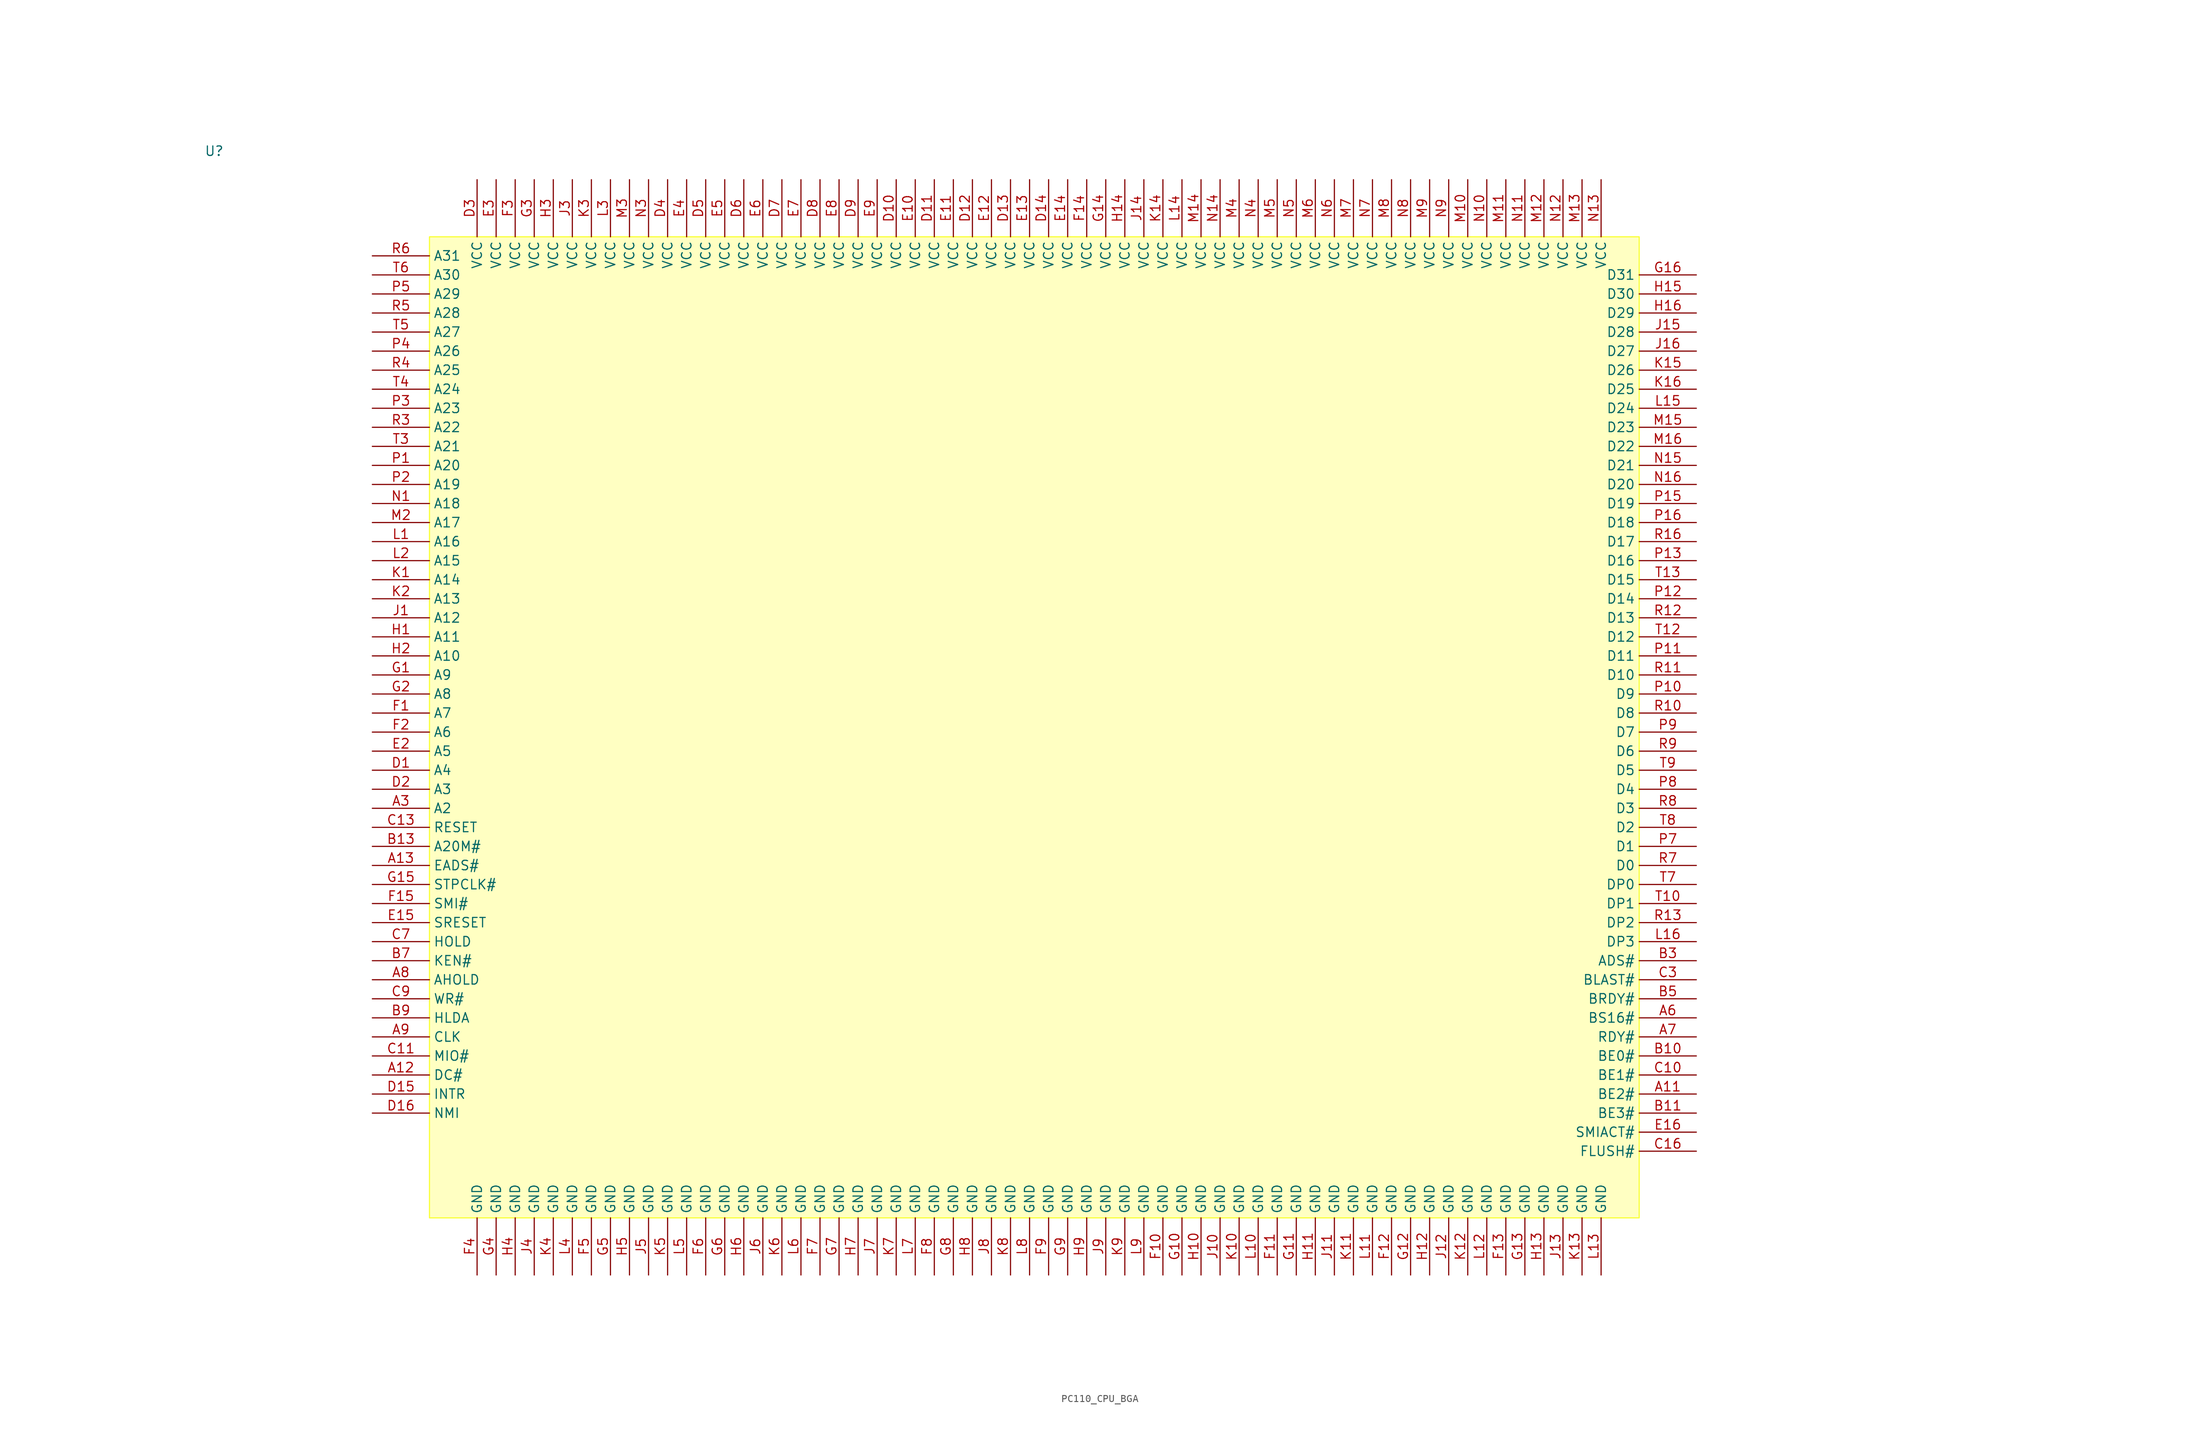
<source format=kicad_sym>
(kicad_symbol_lib
  (version 20241209)
  (generator "kicad_symbol_editor")
  (generator_version "9.0")
  (symbol "PC110_CPU_BGA"
    (property "Reference" "U"
      (at -41.402 100.33 0)
      (effects (font (size 1.27 1.27))))
    (property "Value" ""
      (at 0 0 0)
      (effects (font (size 1.27 1.27))))
    (symbol "PC110_CPU_BGA_1_1"
      (rectangle (start -12.7 88.9) (end 148.59 -41.91) (stroke (width 0) (type solid) (color 249 255 54 1)) (fill (type background)))
      (pin input line (at -20.32 86.36 0) (length 7.62) (name "A31" (effects (font (size 1.27 1.27)))) (number "R6" (effects (font (size 1.27 1.27)))))
      (pin input line (at -20.32 83.82 0) (length 7.62) (name "A30" (effects (font (size 1.27 1.27)))) (number "T6" (effects (font (size 1.27 1.27)))))
      (pin input line (at -20.32 81.28 0) (length 7.62) (name "A29" (effects (font (size 1.27 1.27)))) (number "P5" (effects (font (size 1.27 1.27)))))
      (pin input line (at -20.32 78.74 0) (length 7.62) (name "A28" (effects (font (size 1.27 1.27)))) (number "R5" (effects (font (size 1.27 1.27)))))
      (pin input line (at -20.32 76.2 0) (length 7.62) (name "A27" (effects (font (size 1.27 1.27)))) (number "T5" (effects (font (size 1.27 1.27)))))
      (pin input line (at -20.32 73.66 0) (length 7.62) (name "A26" (effects (font (size 1.27 1.27)))) (number "P4" (effects (font (size 1.27 1.27)))))
      (pin input line (at -20.32 71.12 0) (length 7.62) (name "A25" (effects (font (size 1.27 1.27)))) (number "R4" (effects (font (size 1.27 1.27)))))
      (pin input line (at -20.32 68.58 0) (length 7.62) (name "A24" (effects (font (size 1.27 1.27)))) (number "T4" (effects (font (size 1.27 1.27)))))
      (pin input line (at -20.32 66.04 0) (length 7.62) (name "A23" (effects (font (size 1.27 1.27)))) (number "P3" (effects (font (size 1.27 1.27)))))
      (pin input line (at -20.32 63.5 0) (length 7.62) (name "A22" (effects (font (size 1.27 1.27)))) (number "R3" (effects (font (size 1.27 1.27)))))
      (pin input line (at -20.32 60.96 0) (length 7.62) (name "A21" (effects (font (size 1.27 1.27)))) (number "T3" (effects (font (size 1.27 1.27)))))
      (pin input line (at -20.32 58.42 0) (length 7.62) (name "A20" (effects (font (size 1.27 1.27)))) (number "P1" (effects (font (size 1.27 1.27)))))
      (pin input line (at -20.32 55.88 0) (length 7.62) (name "A19" (effects (font (size 1.27 1.27)))) (number "P2" (effects (font (size 1.27 1.27)))))
      (pin input line (at -20.32 53.34 0) (length 7.62) (name "A18" (effects (font (size 1.27 1.27)))) (number "N1" (effects (font (size 1.27 1.27)))))
      (pin input line (at -20.32 50.8 0) (length 7.62) (name "A17" (effects (font (size 1.27 1.27)))) (number "M2" (effects (font (size 1.27 1.27)))))
      (pin input line (at -20.32 48.26 0) (length 7.62) (name "A16" (effects (font (size 1.27 1.27)))) (number "L1" (effects (font (size 1.27 1.27)))))
      (pin input line (at -20.32 45.72 0) (length 7.62) (name "A15" (effects (font (size 1.27 1.27)))) (number "L2" (effects (font (size 1.27 1.27)))))
      (pin input line (at -20.32 43.18 0) (length 7.62) (name "A14" (effects (font (size 1.27 1.27)))) (number "K1" (effects (font (size 1.27 1.27)))))
      (pin input line (at -20.32 40.64 0) (length 7.62) (name "A13" (effects (font (size 1.27 1.27)))) (number "K2" (effects (font (size 1.27 1.27)))))
      (pin input line (at -20.32 38.1 0) (length 7.62) (name "A12" (effects (font (size 1.27 1.27)))) (number "J1" (effects (font (size 1.27 1.27)))))
      (pin input line (at -20.32 35.56 0) (length 7.62) (name "A11" (effects (font (size 1.27 1.27)))) (number "H1" (effects (font (size 1.27 1.27)))))
      (pin input line (at -20.32 33.02 0) (length 7.62) (name "A10" (effects (font (size 1.27 1.27)))) (number "H2" (effects (font (size 1.27 1.27)))))
      (pin input line (at -20.32 30.48 0) (length 7.62) (name "A9" (effects (font (size 1.27 1.27)))) (number "G1" (effects (font (size 1.27 1.27)))))
      (pin input line (at -20.32 27.94 0) (length 7.62) (name "A8" (effects (font (size 1.27 1.27)))) (number "G2" (effects (font (size 1.27 1.27)))))
      (pin input line (at -20.32 25.4 0) (length 7.62) (name "A7" (effects (font (size 1.27 1.27)))) (number "F1" (effects (font (size 1.27 1.27)))))
      (pin input line (at -20.32 22.86 0) (length 7.62) (name "A6" (effects (font (size 1.27 1.27)))) (number "F2" (effects (font (size 1.27 1.27)))))
      (pin input line (at -20.32 20.32 0) (length 7.62) (name "A5" (effects (font (size 1.27 1.27)))) (number "E2" (effects (font (size 1.27 1.27)))))
      (pin input line (at -20.32 17.78 0) (length 7.62) (name "A4" (effects (font (size 1.27 1.27)))) (number "D1" (effects (font (size 1.27 1.27)))))
      (pin input line (at -20.32 15.24 0) (length 7.62) (name "A3" (effects (font (size 1.27 1.27)))) (number "D2" (effects (font (size 1.27 1.27)))))
      (pin input line (at -20.32 12.7 0) (length 7.62) (name "A2" (effects (font (size 1.27 1.27)))) (number "A3" (effects (font (size 1.27 1.27)))))
      (pin input line (at -20.32 10.16 0) (length 7.62) (name "RESET" (effects (font (size 1.27 1.27)))) (number "C13" (effects (font (size 1.27 1.27)))))
      (pin input line (at -20.32 7.62 0) (length 7.62) (name "A20M#" (effects (font (size 1.27 1.27)))) (number "B13" (effects (font (size 1.27 1.27)))))
      (pin input line (at -20.32 5.08 0) (length 7.62) (name "EADS#" (effects (font (size 1.27 1.27)))) (number "A13" (effects (font (size 1.27 1.27)))))
      (pin input line (at -20.32 2.54 0) (length 7.62) (name "STPCLK#" (effects (font (size 1.27 1.27)))) (number "G15" (effects (font (size 1.27 1.27)))))
      (pin input line (at -20.32 0 0) (length 7.62) (name "SMI#" (effects (font (size 1.27 1.27)))) (number "F15" (effects (font (size 1.27 1.27)))))
      (pin input line (at -20.32 -2.54 0) (length 7.62) (name "SRESET" (effects (font (size 1.27 1.27)))) (number "E15" (effects (font (size 1.27 1.27)))))
      (pin input line (at -20.32 -5.08 0) (length 7.62) (name "HOLD" (effects (font (size 1.27 1.27)))) (number "C7" (effects (font (size 1.27 1.27)))))
      (pin input line (at -20.32 -7.62 0) (length 7.62) (name "KEN#" (effects (font (size 1.27 1.27)))) (number "B7" (effects (font (size 1.27 1.27)))))
      (pin input line (at -20.32 -10.16 0) (length 7.62) (name "AHOLD" (effects (font (size 1.27 1.27)))) (number "A8" (effects (font (size 1.27 1.27)))))
      (pin input line (at -20.32 -12.7 0) (length 7.62) (name "WR#" (effects (font (size 1.27 1.27)))) (number "C9" (effects (font (size 1.27 1.27)))))
      (pin input line (at -20.32 -15.24 0) (length 7.62) (name "HLDA" (effects (font (size 1.27 1.27)))) (number "B9" (effects (font (size 1.27 1.27)))))
      (pin input line (at -20.32 -17.78 0) (length 7.62) (name "CLK" (effects (font (size 1.27 1.27)))) (number "A9" (effects (font (size 1.27 1.27)))))
      (pin input line (at -20.32 -20.32 0) (length 7.62) (name "MIO#" (effects (font (size 1.27 1.27)))) (number "C11" (effects (font (size 1.27 1.27)))))
      (pin input line (at -20.32 -22.86 0) (length 7.62) (name "DC#" (effects (font (size 1.27 1.27)))) (number "A12" (effects (font (size 1.27 1.27)))))
      (pin input line (at -20.32 -25.4 0) (length 7.62) (name "INTR" (effects (font (size 1.27 1.27)))) (number "D15" (effects (font (size 1.27 1.27)))))
      (pin input line (at -20.32 -27.94 0) (length 7.62) (name "NMI" (effects (font (size 1.27 1.27)))) (number "D16" (effects (font (size 1.27 1.27)))))
      (pin input line (at -6.35 96.52 270) (length 7.62) (name "VCC" (effects (font (size 1.27 1.27)))) (number "D3" (effects (font (size 1.27 1.27)))))
      (pin input line (at -6.35 -49.53 90) (length 7.62) (name "GND" (effects (font (size 1.27 1.27)))) (number "F4" (effects (font (size 1.27 1.27)))))
      (pin input line (at -3.81 96.52 270) (length 7.62) (name "VCC" (effects (font (size 1.27 1.27)))) (number "E3" (effects (font (size 1.27 1.27)))))
      (pin input line (at -3.81 -49.53 90) (length 7.62) (name "GND" (effects (font (size 1.27 1.27)))) (number "G4" (effects (font (size 1.27 1.27)))))
      (pin input line (at -1.27 96.52 270) (length 7.62) (name "VCC" (effects (font (size 1.27 1.27)))) (number "F3" (effects (font (size 1.27 1.27)))))
      (pin input line (at -1.27 -49.53 90) (length 7.62) (name "GND" (effects (font (size 1.27 1.27)))) (number "H4" (effects (font (size 1.27 1.27)))))
      (pin input line (at 1.27 96.52 270) (length 7.62) (name "VCC" (effects (font (size 1.27 1.27)))) (number "G3" (effects (font (size 1.27 1.27)))))
      (pin input line (at 1.27 -49.53 90) (length 7.62) (name "GND" (effects (font (size 1.27 1.27)))) (number "J4" (effects (font (size 1.27 1.27)))))
      (pin input line (at 3.81 96.52 270) (length 7.62) (name "VCC" (effects (font (size 1.27 1.27)))) (number "H3" (effects (font (size 1.27 1.27)))))
      (pin input line (at 3.81 -49.53 90) (length 7.62) (name "GND" (effects (font (size 1.27 1.27)))) (number "K4" (effects (font (size 1.27 1.27)))))
      (pin input line (at 6.35 96.52 270) (length 7.62) (name "VCC" (effects (font (size 1.27 1.27)))) (number "J3" (effects (font (size 1.27 1.27)))))
      (pin input line (at 6.35 -49.53 90) (length 7.62) (name "GND" (effects (font (size 1.27 1.27)))) (number "L4" (effects (font (size 1.27 1.27)))))
      (pin input line (at 8.89 96.52 270) (length 7.62) (name "VCC" (effects (font (size 1.27 1.27)))) (number "K3" (effects (font (size 1.27 1.27)))))
      (pin input line (at 8.89 -49.53 90) (length 7.62) (name "GND" (effects (font (size 1.27 1.27)))) (number "F5" (effects (font (size 1.27 1.27)))))
      (pin input line (at 11.43 96.52 270) (length 7.62) (name "VCC" (effects (font (size 1.27 1.27)))) (number "L3" (effects (font (size 1.27 1.27)))))
      (pin input line (at 11.43 -49.53 90) (length 7.62) (name "GND" (effects (font (size 1.27 1.27)))) (number "G5" (effects (font (size 1.27 1.27)))))
      (pin input line (at 13.97 96.52 270) (length 7.62) (name "VCC" (effects (font (size 1.27 1.27)))) (number "M3" (effects (font (size 1.27 1.27)))))
      (pin input line (at 13.97 -49.53 90) (length 7.62) (name "GND" (effects (font (size 1.27 1.27)))) (number "H5" (effects (font (size 1.27 1.27)))))
      (pin input line (at 16.51 96.52 270) (length 7.62) (name "VCC" (effects (font (size 1.27 1.27)))) (number "N3" (effects (font (size 1.27 1.27)))))
      (pin input line (at 16.51 -49.53 90) (length 7.62) (name "GND" (effects (font (size 1.27 1.27)))) (number "J5" (effects (font (size 1.27 1.27)))))
      (pin input line (at 19.05 96.52 270) (length 7.62) (name "VCC" (effects (font (size 1.27 1.27)))) (number "D4" (effects (font (size 1.27 1.27)))))
      (pin input line (at 19.05 -49.53 90) (length 7.62) (name "GND" (effects (font (size 1.27 1.27)))) (number "K5" (effects (font (size 1.27 1.27)))))
      (pin input line (at 21.59 96.52 270) (length 7.62) (name "VCC" (effects (font (size 1.27 1.27)))) (number "E4" (effects (font (size 1.27 1.27)))))
      (pin input line (at 21.59 -49.53 90) (length 7.62) (name "GND" (effects (font (size 1.27 1.27)))) (number "L5" (effects (font (size 1.27 1.27)))))
      (pin input line (at 24.13 96.52 270) (length 7.62) (name "VCC" (effects (font (size 1.27 1.27)))) (number "D5" (effects (font (size 1.27 1.27)))))
      (pin input line (at 24.13 -49.53 90) (length 7.62) (name "GND" (effects (font (size 1.27 1.27)))) (number "F6" (effects (font (size 1.27 1.27)))))
      (pin input line (at 26.67 96.52 270) (length 7.62) (name "VCC" (effects (font (size 1.27 1.27)))) (number "E5" (effects (font (size 1.27 1.27)))))
      (pin input line (at 26.67 -49.53 90) (length 7.62) (name "GND" (effects (font (size 1.27 1.27)))) (number "G6" (effects (font (size 1.27 1.27)))))
      (pin input line (at 29.21 96.52 270) (length 7.62) (name "VCC" (effects (font (size 1.27 1.27)))) (number "D6" (effects (font (size 1.27 1.27)))))
      (pin input line (at 29.21 -49.53 90) (length 7.62) (name "GND" (effects (font (size 1.27 1.27)))) (number "H6" (effects (font (size 1.27 1.27)))))
      (pin input line (at 31.75 96.52 270) (length 7.62) (name "VCC" (effects (font (size 1.27 1.27)))) (number "E6" (effects (font (size 1.27 1.27)))))
      (pin input line (at 31.75 -49.53 90) (length 7.62) (name "GND" (effects (font (size 1.27 1.27)))) (number "J6" (effects (font (size 1.27 1.27)))))
      (pin input line (at 34.29 96.52 270) (length 7.62) (name "VCC" (effects (font (size 1.27 1.27)))) (number "D7" (effects (font (size 1.27 1.27)))))
      (pin input line (at 34.29 -49.53 90) (length 7.62) (name "GND" (effects (font (size 1.27 1.27)))) (number "K6" (effects (font (size 1.27 1.27)))))
      (pin input line (at 36.83 96.52 270) (length 7.62) (name "VCC" (effects (font (size 1.27 1.27)))) (number "E7" (effects (font (size 1.27 1.27)))))
      (pin input line (at 36.83 -49.53 90) (length 7.62) (name "GND" (effects (font (size 1.27 1.27)))) (number "L6" (effects (font (size 1.27 1.27)))))
      (pin input line (at 39.37 96.52 270) (length 7.62) (name "VCC" (effects (font (size 1.27 1.27)))) (number "D8" (effects (font (size 1.27 1.27)))))
      (pin input line (at 39.37 -49.53 90) (length 7.62) (name "GND" (effects (font (size 1.27 1.27)))) (number "F7" (effects (font (size 1.27 1.27)))))
      (pin input line (at 41.91 96.52 270) (length 7.62) (name "VCC" (effects (font (size 1.27 1.27)))) (number "E8" (effects (font (size 1.27 1.27)))))
      (pin input line (at 41.91 -49.53 90) (length 7.62) (name "GND" (effects (font (size 1.27 1.27)))) (number "G7" (effects (font (size 1.27 1.27)))))
      (pin input line (at 44.45 96.52 270) (length 7.62) (name "VCC" (effects (font (size 1.27 1.27)))) (number "D9" (effects (font (size 1.27 1.27)))))
      (pin input line (at 44.45 -49.53 90) (length 7.62) (name "GND" (effects (font (size 1.27 1.27)))) (number "H7" (effects (font (size 1.27 1.27)))))
      (pin input line (at 46.99 96.52 270) (length 7.62) (name "VCC" (effects (font (size 1.27 1.27)))) (number "E9" (effects (font (size 1.27 1.27)))))
      (pin input line (at 46.99 -49.53 90) (length 7.62) (name "GND" (effects (font (size 1.27 1.27)))) (number "J7" (effects (font (size 1.27 1.27)))))
      (pin input line (at 49.53 96.52 270) (length 7.62) (name "VCC" (effects (font (size 1.27 1.27)))) (number "D10" (effects (font (size 1.27 1.27)))))
      (pin input line (at 49.53 -49.53 90) (length 7.62) (name "GND" (effects (font (size 1.27 1.27)))) (number "K7" (effects (font (size 1.27 1.27)))))
      (pin input line (at 52.07 96.52 270) (length 7.62) (name "VCC" (effects (font (size 1.27 1.27)))) (number "E10" (effects (font (size 1.27 1.27)))))
      (pin input line (at 52.07 -49.53 90) (length 7.62) (name "GND" (effects (font (size 1.27 1.27)))) (number "L7" (effects (font (size 1.27 1.27)))))
      (pin input line (at 54.61 96.52 270) (length 7.62) (name "VCC" (effects (font (size 1.27 1.27)))) (number "D11" (effects (font (size 1.27 1.27)))))
      (pin input line (at 54.61 -49.53 90) (length 7.62) (name "GND" (effects (font (size 1.27 1.27)))) (number "F8" (effects (font (size 1.27 1.27)))))
      (pin input line (at 57.15 96.52 270) (length 7.62) (name "VCC" (effects (font (size 1.27 1.27)))) (number "E11" (effects (font (size 1.27 1.27)))))
      (pin input line (at 57.15 -49.53 90) (length 7.62) (name "GND" (effects (font (size 1.27 1.27)))) (number "G8" (effects (font (size 1.27 1.27)))))
      (pin input line (at 59.69 96.52 270) (length 7.62) (name "VCC" (effects (font (size 1.27 1.27)))) (number "D12" (effects (font (size 1.27 1.27)))))
      (pin input line (at 59.69 -49.53 90) (length 7.62) (name "GND" (effects (font (size 1.27 1.27)))) (number "H8" (effects (font (size 1.27 1.27)))))
      (pin input line (at 62.23 96.52 270) (length 7.62) (name "VCC" (effects (font (size 1.27 1.27)))) (number "E12" (effects (font (size 1.27 1.27)))))
      (pin input line (at 62.23 -49.53 90) (length 7.62) (name "GND" (effects (font (size 1.27 1.27)))) (number "J8" (effects (font (size 1.27 1.27)))))
      (pin input line (at 64.77 96.52 270) (length 7.62) (name "VCC" (effects (font (size 1.27 1.27)))) (number "D13" (effects (font (size 1.27 1.27)))))
      (pin input line (at 64.77 -49.53 90) (length 7.62) (name "GND" (effects (font (size 1.27 1.27)))) (number "K8" (effects (font (size 1.27 1.27)))))
      (pin input line (at 67.31 96.52 270) (length 7.62) (name "VCC" (effects (font (size 1.27 1.27)))) (number "E13" (effects (font (size 1.27 1.27)))))
      (pin input line (at 67.31 -49.53 90) (length 7.62) (name "GND" (effects (font (size 1.27 1.27)))) (number "L8" (effects (font (size 1.27 1.27)))))
      (pin input line (at 69.85 96.52 270) (length 7.62) (name "VCC" (effects (font (size 1.27 1.27)))) (number "D14" (effects (font (size 1.27 1.27)))))
      (pin input line (at 69.85 -49.53 90) (length 7.62) (name "GND" (effects (font (size 1.27 1.27)))) (number "F9" (effects (font (size 1.27 1.27)))))
      (pin input line (at 72.39 96.52 270) (length 7.62) (name "VCC" (effects (font (size 1.27 1.27)))) (number "E14" (effects (font (size 1.27 1.27)))))
      (pin input line (at 72.39 -49.53 90) (length 7.62) (name "GND" (effects (font (size 1.27 1.27)))) (number "G9" (effects (font (size 1.27 1.27)))))
      (pin input line (at 74.93 96.52 270) (length 7.62) (name "VCC" (effects (font (size 1.27 1.27)))) (number "F14" (effects (font (size 1.27 1.27)))))
      (pin input line (at 74.93 -49.53 90) (length 7.62) (name "GND" (effects (font (size 1.27 1.27)))) (number "H9" (effects (font (size 1.27 1.27)))))
      (pin input line (at 77.47 96.52 270) (length 7.62) (name "VCC" (effects (font (size 1.27 1.27)))) (number "G14" (effects (font (size 1.27 1.27)))))
      (pin input line (at 77.47 -49.53 90) (length 7.62) (name "GND" (effects (font (size 1.27 1.27)))) (number "J9" (effects (font (size 1.27 1.27)))))
      (pin input line (at 80.01 96.52 270) (length 7.62) (name "VCC" (effects (font (size 1.27 1.27)))) (number "H14" (effects (font (size 1.27 1.27)))))
      (pin input line (at 80.01 -49.53 90) (length 7.62) (name "GND" (effects (font (size 1.27 1.27)))) (number "K9" (effects (font (size 1.27 1.27)))))
      (pin input line (at 82.55 96.52 270) (length 7.62) (name "VCC" (effects (font (size 1.27 1.27)))) (number "J14" (effects (font (size 1.27 1.27)))))
      (pin input line (at 82.55 -49.53 90) (length 7.62) (name "GND" (effects (font (size 1.27 1.27)))) (number "L9" (effects (font (size 1.27 1.27)))))
      (pin input line (at 85.09 96.52 270) (length 7.62) (name "VCC" (effects (font (size 1.27 1.27)))) (number "K14" (effects (font (size 1.27 1.27)))))
      (pin input line (at 85.09 -49.53 90) (length 7.62) (name "GND" (effects (font (size 1.27 1.27)))) (number "F10" (effects (font (size 1.27 1.27)))))
      (pin input line (at 87.63 96.52 270) (length 7.62) (name "VCC" (effects (font (size 1.27 1.27)))) (number "L14" (effects (font (size 1.27 1.27)))))
      (pin input line (at 87.63 -49.53 90) (length 7.62) (name "GND" (effects (font (size 1.27 1.27)))) (number "G10" (effects (font (size 1.27 1.27)))))
      (pin input line (at 90.17 96.52 270) (length 7.62) (name "VCC" (effects (font (size 1.27 1.27)))) (number "M14" (effects (font (size 1.27 1.27)))))
      (pin input line (at 90.17 -49.53 90) (length 7.62) (name "GND" (effects (font (size 1.27 1.27)))) (number "H10" (effects (font (size 1.27 1.27)))))
      (pin input line (at 92.71 96.52 270) (length 7.62) (name "VCC" (effects (font (size 1.27 1.27)))) (number "N14" (effects (font (size 1.27 1.27)))))
      (pin input line (at 92.71 -49.53 90) (length 7.62) (name "GND" (effects (font (size 1.27 1.27)))) (number "J10" (effects (font (size 1.27 1.27)))))
      (pin input line (at 95.25 96.52 270) (length 7.62) (name "VCC" (effects (font (size 1.27 1.27)))) (number "M4" (effects (font (size 1.27 1.27)))))
      (pin input line (at 95.25 -49.53 90) (length 7.62) (name "GND" (effects (font (size 1.27 1.27)))) (number "K10" (effects (font (size 1.27 1.27)))))
      (pin input line (at 97.79 96.52 270) (length 7.62) (name "VCC" (effects (font (size 1.27 1.27)))) (number "N4" (effects (font (size 1.27 1.27)))))
      (pin input line (at 97.79 -49.53 90) (length 7.62) (name "GND" (effects (font (size 1.27 1.27)))) (number "L10" (effects (font (size 1.27 1.27)))))
      (pin input line (at 100.33 96.52 270) (length 7.62) (name "VCC" (effects (font (size 1.27 1.27)))) (number "M5" (effects (font (size 1.27 1.27)))))
      (pin input line (at 100.33 -49.53 90) (length 7.62) (name "GND" (effects (font (size 1.27 1.27)))) (number "F11" (effects (font (size 1.27 1.27)))))
      (pin input line (at 102.87 96.52 270) (length 7.62) (name "VCC" (effects (font (size 1.27 1.27)))) (number "N5" (effects (font (size 1.27 1.27)))))
      (pin input line (at 102.87 -49.53 90) (length 7.62) (name "GND" (effects (font (size 1.27 1.27)))) (number "G11" (effects (font (size 1.27 1.27)))))
      (pin input line (at 105.41 96.52 270) (length 7.62) (name "VCC" (effects (font (size 1.27 1.27)))) (number "M6" (effects (font (size 1.27 1.27)))))
      (pin input line (at 105.41 -49.53 90) (length 7.62) (name "GND" (effects (font (size 1.27 1.27)))) (number "H11" (effects (font (size 1.27 1.27)))))
      (pin input line (at 107.95 96.52 270) (length 7.62) (name "VCC" (effects (font (size 1.27 1.27)))) (number "N6" (effects (font (size 1.27 1.27)))))
      (pin input line (at 107.95 -49.53 90) (length 7.62) (name "GND" (effects (font (size 1.27 1.27)))) (number "J11" (effects (font (size 1.27 1.27)))))
      (pin input line (at 110.49 96.52 270) (length 7.62) (name "VCC" (effects (font (size 1.27 1.27)))) (number "M7" (effects (font (size 1.27 1.27)))))
      (pin input line (at 110.49 -49.53 90) (length 7.62) (name "GND" (effects (font (size 1.27 1.27)))) (number "K11" (effects (font (size 1.27 1.27)))))
      (pin input line (at 113.03 96.52 270) (length 7.62) (name "VCC" (effects (font (size 1.27 1.27)))) (number "N7" (effects (font (size 1.27 1.27)))))
      (pin input line (at 113.03 -49.53 90) (length 7.62) (name "GND" (effects (font (size 1.27 1.27)))) (number "L11" (effects (font (size 1.27 1.27)))))
      (pin input line (at 115.57 96.52 270) (length 7.62) (name "VCC" (effects (font (size 1.27 1.27)))) (number "M8" (effects (font (size 1.27 1.27)))))
      (pin input line (at 115.57 -49.53 90) (length 7.62) (name "GND" (effects (font (size 1.27 1.27)))) (number "F12" (effects (font (size 1.27 1.27)))))
      (pin input line (at 118.11 96.52 270) (length 7.62) (name "VCC" (effects (font (size 1.27 1.27)))) (number "N8" (effects (font (size 1.27 1.27)))))
      (pin input line (at 118.11 -49.53 90) (length 7.62) (name "GND" (effects (font (size 1.27 1.27)))) (number "G12" (effects (font (size 1.27 1.27)))))
      (pin input line (at 120.65 96.52 270) (length 7.62) (name "VCC" (effects (font (size 1.27 1.27)))) (number "M9" (effects (font (size 1.27 1.27)))))
      (pin input line (at 120.65 -49.53 90) (length 7.62) (name "GND" (effects (font (size 1.27 1.27)))) (number "H12" (effects (font (size 1.27 1.27)))))
      (pin input line (at 123.19 96.52 270) (length 7.62) (name "VCC" (effects (font (size 1.27 1.27)))) (number "N9" (effects (font (size 1.27 1.27)))))
      (pin input line (at 123.19 -49.53 90) (length 7.62) (name "GND" (effects (font (size 1.27 1.27)))) (number "J12" (effects (font (size 1.27 1.27)))))
      (pin input line (at 125.73 96.52 270) (length 7.62) (name "VCC" (effects (font (size 1.27 1.27)))) (number "M10" (effects (font (size 1.27 1.27)))))
      (pin input line (at 125.73 -49.53 90) (length 7.62) (name "GND" (effects (font (size 1.27 1.27)))) (number "K12" (effects (font (size 1.27 1.27)))))
      (pin input line (at 128.27 96.52 270) (length 7.62) (name "VCC" (effects (font (size 1.27 1.27)))) (number "N10" (effects (font (size 1.27 1.27)))))
      (pin input line (at 128.27 -49.53 90) (length 7.62) (name "GND" (effects (font (size 1.27 1.27)))) (number "L12" (effects (font (size 1.27 1.27)))))
      (pin input line (at 130.81 96.52 270) (length 7.62) (name "VCC" (effects (font (size 1.27 1.27)))) (number "M11" (effects (font (size 1.27 1.27)))))
      (pin input line (at 130.81 -49.53 90) (length 7.62) (name "GND" (effects (font (size 1.27 1.27)))) (number "F13" (effects (font (size 1.27 1.27)))))
      (pin input line (at 133.35 96.52 270) (length 7.62) (name "VCC" (effects (font (size 1.27 1.27)))) (number "N11" (effects (font (size 1.27 1.27)))))
      (pin input line (at 133.35 -49.53 90) (length 7.62) (name "GND" (effects (font (size 1.27 1.27)))) (number "G13" (effects (font (size 1.27 1.27)))))
      (pin input line (at 135.89 96.52 270) (length 7.62) (name "VCC" (effects (font (size 1.27 1.27)))) (number "M12" (effects (font (size 1.27 1.27)))))
      (pin input line (at 135.89 -49.53 90) (length 7.62) (name "GND" (effects (font (size 1.27 1.27)))) (number "H13" (effects (font (size 1.27 1.27)))))
      (pin input line (at 138.43 96.52 270) (length 7.62) (name "VCC" (effects (font (size 1.27 1.27)))) (number "N12" (effects (font (size 1.27 1.27)))))
      (pin input line (at 138.43 -49.53 90) (length 7.62) (name "GND" (effects (font (size 1.27 1.27)))) (number "J13" (effects (font (size 1.27 1.27)))))
      (pin input line (at 140.97 96.52 270) (length 7.62) (name "VCC" (effects (font (size 1.27 1.27)))) (number "M13" (effects (font (size 1.27 1.27)))))
      (pin input line (at 140.97 -49.53 90) (length 7.62) (name "GND" (effects (font (size 1.27 1.27)))) (number "K13" (effects (font (size 1.27 1.27)))))
      (pin input line (at 143.51 96.52 270) (length 7.62) (name "VCC" (effects (font (size 1.27 1.27)))) (number "N13" (effects (font (size 1.27 1.27)))))
      (pin input line (at 143.51 -49.53 90) (length 7.62) (name "GND" (effects (font (size 1.27 1.27)))) (number "L13" (effects (font (size 1.27 1.27)))))
      (pin input line (at 156.21 83.82 180) (length 7.62) (name "D31" (effects (font (size 1.27 1.27)))) (number "G16" (effects (font (size 1.27 1.27)))))
      (pin input line (at 156.21 81.28 180) (length 7.62) (name "D30" (effects (font (size 1.27 1.27)))) (number "H15" (effects (font (size 1.27 1.27)))))
      (pin input line (at 156.21 78.74 180) (length 7.62) (name "D29" (effects (font (size 1.27 1.27)))) (number "H16" (effects (font (size 1.27 1.27)))))
      (pin input line (at 156.21 76.2 180) (length 7.62) (name "D28" (effects (font (size 1.27 1.27)))) (number "J15" (effects (font (size 1.27 1.27)))))
      (pin input line (at 156.21 73.66 180) (length 7.62) (name "D27" (effects (font (size 1.27 1.27)))) (number "J16" (effects (font (size 1.27 1.27)))))
      (pin input line (at 156.21 71.12 180) (length 7.62) (name "D26" (effects (font (size 1.27 1.27)))) (number "K15" (effects (font (size 1.27 1.27)))))
      (pin input line (at 156.21 68.58 180) (length 7.62) (name "D25" (effects (font (size 1.27 1.27)))) (number "K16" (effects (font (size 1.27 1.27)))))
      (pin input line (at 156.21 66.04 180) (length 7.62) (name "D24" (effects (font (size 1.27 1.27)))) (number "L15" (effects (font (size 1.27 1.27)))))
      (pin input line (at 156.21 63.5 180) (length 7.62) (name "D23" (effects (font (size 1.27 1.27)))) (number "M15" (effects (font (size 1.27 1.27)))))
      (pin input line (at 156.21 60.96 180) (length 7.62) (name "D22" (effects (font (size 1.27 1.27)))) (number "M16" (effects (font (size 1.27 1.27)))))
      (pin input line (at 156.21 58.42 180) (length 7.62) (name "D21" (effects (font (size 1.27 1.27)))) (number "N15" (effects (font (size 1.27 1.27)))))
      (pin input line (at 156.21 55.88 180) (length 7.62) (name "D20" (effects (font (size 1.27 1.27)))) (number "N16" (effects (font (size 1.27 1.27)))))
      (pin input line (at 156.21 53.34 180) (length 7.62) (name "D19" (effects (font (size 1.27 1.27)))) (number "P15" (effects (font (size 1.27 1.27)))))
      (pin input line (at 156.21 50.8 180) (length 7.62) (name "D18" (effects (font (size 1.27 1.27)))) (number "P16" (effects (font (size 1.27 1.27)))))
      (pin input line (at 156.21 48.26 180) (length 7.62) (name "D17" (effects (font (size 1.27 1.27)))) (number "R16" (effects (font (size 1.27 1.27)))))
      (pin input line (at 156.21 45.72 180) (length 7.62) (name "D16" (effects (font (size 1.27 1.27)))) (number "P13" (effects (font (size 1.27 1.27)))))
      (pin input line (at 156.21 43.18 180) (length 7.62) (name "D15" (effects (font (size 1.27 1.27)))) (number "T13" (effects (font (size 1.27 1.27)))))
      (pin input line (at 156.21 40.64 180) (length 7.62) (name "D14" (effects (font (size 1.27 1.27)))) (number "P12" (effects (font (size 1.27 1.27)))))
      (pin input line (at 156.21 38.1 180) (length 7.62) (name "D13" (effects (font (size 1.27 1.27)))) (number "R12" (effects (font (size 1.27 1.27)))))
      (pin input line (at 156.21 35.56 180) (length 7.62) (name "D12" (effects (font (size 1.27 1.27)))) (number "T12" (effects (font (size 1.27 1.27)))))
      (pin input line (at 156.21 33.02 180) (length 7.62) (name "D11" (effects (font (size 1.27 1.27)))) (number "P11" (effects (font (size 1.27 1.27)))))
      (pin input line (at 156.21 30.48 180) (length 7.62) (name "D10" (effects (font (size 1.27 1.27)))) (number "R11" (effects (font (size 1.27 1.27)))))
      (pin input line (at 156.21 27.94 180) (length 7.62) (name "D9" (effects (font (size 1.27 1.27)))) (number "P10" (effects (font (size 1.27 1.27)))))
      (pin input line (at 156.21 25.4 180) (length 7.62) (name "D8" (effects (font (size 1.27 1.27)))) (number "R10" (effects (font (size 1.27 1.27)))))
      (pin input line (at 156.21 22.86 180) (length 7.62) (name "D7" (effects (font (size 1.27 1.27)))) (number "P9" (effects (font (size 1.27 1.27)))))
      (pin input line (at 156.21 20.32 180) (length 7.62) (name "D6" (effects (font (size 1.27 1.27)))) (number "R9" (effects (font (size 1.27 1.27)))))
      (pin input line (at 156.21 17.78 180) (length 7.62) (name "D5" (effects (font (size 1.27 1.27)))) (number "T9" (effects (font (size 1.27 1.27)))))
      (pin input line (at 156.21 15.24 180) (length 7.62) (name "D4" (effects (font (size 1.27 1.27)))) (number "P8" (effects (font (size 1.27 1.27)))))
      (pin input line (at 156.21 12.7 180) (length 7.62) (name "D3" (effects (font (size 1.27 1.27)))) (number "R8" (effects (font (size 1.27 1.27)))))
      (pin input line (at 156.21 10.16 180) (length 7.62) (name "D2" (effects (font (size 1.27 1.27)))) (number "T8" (effects (font (size 1.27 1.27)))))
      (pin input line (at 156.21 7.62 180) (length 7.62) (name "D1" (effects (font (size 1.27 1.27)))) (number "P7" (effects (font (size 1.27 1.27)))))
      (pin input line (at 156.21 5.08 180) (length 7.62) (name "D0" (effects (font (size 1.27 1.27)))) (number "R7" (effects (font (size 1.27 1.27)))))
      (pin input line (at 156.21 2.54 180) (length 7.62) (name "DP0" (effects (font (size 1.27 1.27)))) (number "T7" (effects (font (size 1.27 1.27)))))
      (pin input line (at 156.21 0 180) (length 7.62) (name "DP1" (effects (font (size 1.27 1.27)))) (number "T10" (effects (font (size 1.27 1.27)))))
      (pin input line (at 156.21 -2.54 180) (length 7.62) (name "DP2" (effects (font (size 1.27 1.27)))) (number "R13" (effects (font (size 1.27 1.27)))))
      (pin input line (at 156.21 -5.08 180) (length 7.62) (name "DP3" (effects (font (size 1.27 1.27)))) (number "L16" (effects (font (size 1.27 1.27)))))
      (pin input line (at 156.21 -7.62 180) (length 7.62) (name "ADS#" (effects (font (size 1.27 1.27)))) (number "B3" (effects (font (size 1.27 1.27)))))
      (pin input line (at 156.21 -10.16 180) (length 7.62) (name "BLAST#" (effects (font (size 1.27 1.27)))) (number "C3" (effects (font (size 1.27 1.27)))))
      (pin input line (at 156.21 -12.7 180) (length 7.62) (name "BRDY#" (effects (font (size 1.27 1.27)))) (number "B5" (effects (font (size 1.27 1.27)))))
      (pin input line (at 156.21 -15.24 180) (length 7.62) (name "BS16#" (effects (font (size 1.27 1.27)))) (number "A6" (effects (font (size 1.27 1.27)))))
      (pin input line (at 156.21 -17.78 180) (length 7.62) (name "RDY#" (effects (font (size 1.27 1.27)))) (number "A7" (effects (font (size 1.27 1.27)))))
      (pin input line (at 156.21 -20.32 180) (length 7.62) (name "BE0#" (effects (font (size 1.27 1.27)))) (number "B10" (effects (font (size 1.27 1.27)))))
      (pin input line (at 156.21 -22.86 180) (length 7.62) (name "BE1#" (effects (font (size 1.27 1.27)))) (number "C10" (effects (font (size 1.27 1.27)))))
      (pin input line (at 156.21 -25.4 180) (length 7.62) (name "BE2#" (effects (font (size 1.27 1.27)))) (number "A11" (effects (font (size 1.27 1.27)))))
      (pin input line (at 156.21 -27.94 180) (length 7.62) (name "BE3#" (effects (font (size 1.27 1.27)))) (number "B11" (effects (font (size 1.27 1.27)))))
      (pin input line (at 156.21 -30.48 180) (length 7.62) (name "SMIACT#" (effects (font (size 1.27 1.27)))) (number "E16" (effects (font (size 1.27 1.27)))))
      (pin input line (at 156.21 -33.02 180) (length 7.62) (name "FLUSH#" (effects (font (size 1.27 1.27)))) (number "C16" (effects (font (size 1.27 1.27)))))
      (pin no_connect line (at 195.58 96.52 180) (length 7.62) (hide yes) (name "NC" (effects (font (size 1.27 1.27)))) (number "A1" (effects (font (size 1.27 1.27)))))
      (pin no_connect line (at 195.58 93.98 180) (length 7.62) (hide yes) (name "NC" (effects (font (size 1.27 1.27)))) (number "B1" (effects (font (size 1.27 1.27)))))
      (pin no_connect line (at 195.58 91.44 180) (length 7.62) (hide yes) (name "NC" (effects (font (size 1.27 1.27)))) (number "C1" (effects (font (size 1.27 1.27)))))
      (pin no_connect line (at 195.58 88.9 180) (length 7.62) (hide yes) (name "NC" (effects (font (size 1.27 1.27)))) (number "E1" (effects (font (size 1.27 1.27)))))
      (pin no_connect line (at 195.58 86.36 180) (length 7.62) (hide yes) (name "NC" (effects (font (size 1.27 1.27)))) (number "M1" (effects (font (size 1.27 1.27)))))
      (pin no_connect line (at 195.58 83.82 180) (length 7.62) (hide yes) (name "NC" (effects (font (size 1.27 1.27)))) (number "R1" (effects (font (size 1.27 1.27)))))
      (pin no_connect line (at 195.58 81.28 180) (length 7.62) (hide yes) (name "NC" (effects (font (size 1.27 1.27)))) (number "T1" (effects (font (size 1.27 1.27)))))
      (pin no_connect line (at 195.58 78.74 180) (length 7.62) (hide yes) (name "NC" (effects (font (size 1.27 1.27)))) (number "A2" (effects (font (size 1.27 1.27)))))
      (pin no_connect line (at 195.58 76.2 180) (length 7.62) (hide yes) (name "NC" (effects (font (size 1.27 1.27)))) (number "B2" (effects (font (size 1.27 1.27)))))
      (pin no_connect line (at 195.58 73.66 180) (length 7.62) (hide yes) (name "NC" (effects (font (size 1.27 1.27)))) (number "C2" (effects (font (size 1.27 1.27)))))
      (pin no_connect line (at 195.58 71.12 180) (length 7.62) (hide yes) (name "NC" (effects (font (size 1.27 1.27)))) (number "N2" (effects (font (size 1.27 1.27)))))
      (pin no_connect line (at 195.58 68.58 180) (length 7.62) (hide yes) (name "NC" (effects (font (size 1.27 1.27)))) (number "R2" (effects (font (size 1.27 1.27)))))
      (pin no_connect line (at 195.58 66.04 180) (length 7.62) (hide yes) (name "NC" (effects (font (size 1.27 1.27)))) (number "T2" (effects (font (size 1.27 1.27)))))
      (pin no_connect line (at 195.58 63.5 180) (length 7.62) (hide yes) (name "NC" (effects (font (size 1.27 1.27)))) (number "C4" (effects (font (size 1.27 1.27)))))
      (pin no_connect line (at 195.58 60.96 180) (length 7.62) (hide yes) (name "NC" (effects (font (size 1.27 1.27)))) (number "C6" (effects (font (size 1.27 1.27)))))
      (pin no_connect line (at 195.58 58.42 180) (length 7.62) (hide yes) (name "NC" (effects (font (size 1.27 1.27)))) (number "P6" (effects (font (size 1.27 1.27)))))
      (pin no_connect line (at 195.58 55.88 180) (length 7.62) (hide yes) (name "NC" (effects (font (size 1.27 1.27)))) (number "T11" (effects (font (size 1.27 1.27)))))
      (pin no_connect line (at 195.58 53.34 180) (length 7.62) (hide yes) (name "NC" (effects (font (size 1.27 1.27)))) (number "A14" (effects (font (size 1.27 1.27)))))
      (pin no_connect line (at 195.58 50.8 180) (length 7.62) (hide yes) (name "NC" (effects (font (size 1.27 1.27)))) (number "B14" (effects (font (size 1.27 1.27)))))
      (pin no_connect line (at 195.58 48.26 180) (length 7.62) (hide yes) (name "NC" (effects (font (size 1.27 1.27)))) (number "C14" (effects (font (size 1.27 1.27)))))
      (pin no_connect line (at 195.58 45.72 180) (length 7.62) (hide yes) (name "NC" (effects (font (size 1.27 1.27)))) (number "P14" (effects (font (size 1.27 1.27)))))
      (pin no_connect line (at 195.58 43.18 180) (length 7.62) (hide yes) (name "NC" (effects (font (size 1.27 1.27)))) (number "R14" (effects (font (size 1.27 1.27)))))
      (pin no_connect line (at 195.58 40.64 180) (length 7.62) (hide yes) (name "NC" (effects (font (size 1.27 1.27)))) (number "T14" (effects (font (size 1.27 1.27)))))
      (pin no_connect line (at 195.58 38.1 180) (length 7.62) (hide yes) (name "NC" (effects (font (size 1.27 1.27)))) (number "A15" (effects (font (size 1.27 1.27)))))
      (pin no_connect line (at 195.58 35.56 180) (length 7.62) (hide yes) (name "NC" (effects (font (size 1.27 1.27)))) (number "B15" (effects (font (size 1.27 1.27)))))
      (pin no_connect line (at 195.58 33.02 180) (length 7.62) (hide yes) (name "NC" (effects (font (size 1.27 1.27)))) (number "C15" (effects (font (size 1.27 1.27)))))
      (pin no_connect line (at 195.58 30.48 180) (length 7.62) (hide yes) (name "NC" (effects (font (size 1.27 1.27)))) (number "R15" (effects (font (size 1.27 1.27)))))
      (pin no_connect line (at 195.58 27.94 180) (length 7.62) (hide yes) (name "NC" (effects (font (size 1.27 1.27)))) (number "T15" (effects (font (size 1.27 1.27)))))
      (pin no_connect line (at 195.58 25.4 180) (length 7.62) (hide yes) (name "NC" (effects (font (size 1.27 1.27)))) (number "A16" (effects (font (size 1.27 1.27)))))
      (pin no_connect line (at 195.58 22.86 180) (length 7.62) (hide yes) (name "NC" (effects (font (size 1.27 1.27)))) (number "B16" (effects (font (size 1.27 1.27)))))
      (pin no_connect line (at 195.58 20.32 180) (length 7.62) (hide yes) (name "NC" (effects (font (size 1.27 1.27)))) (number "T16" (effects (font (size 1.27 1.27)))))
      (pin no_connect line (at 195.58 16.51 180) (length 7.62) (hide yes) (name "NC" (effects (font (size 1.27 1.27)))) (number "A4" (effects (font (size 1.27 1.27)))))
      (pin no_connect line (at 195.58 13.97 180) (length 7.62) (hide yes) (name "NC" (effects (font (size 1.27 1.27)))) (number "A5" (effects (font (size 1.27 1.27)))))
      (pin no_connect line (at 195.58 11.43 180) (length 7.62) (hide yes) (name "NC" (effects (font (size 1.27 1.27)))) (number "C5" (effects (font (size 1.27 1.27)))))
      (pin no_connect line (at 195.58 8.89 180) (length 7.62) (hide yes) (name "NC" (effects (font (size 1.27 1.27)))) (number "B6" (effects (font (size 1.27 1.27)))))
      (pin no_connect line (at 195.58 6.35 180) (length 7.62) (hide yes) (name "NC" (effects (font (size 1.27 1.27)))) (number "B8" (effects (font (size 1.27 1.27)))))
      (pin no_connect line (at 195.58 3.81 180) (length 7.62) (hide yes) (name "NC" (effects (font (size 1.27 1.27)))) (number "A10" (effects (font (size 1.27 1.27)))))
      (pin no_connect line (at 195.58 1.27 180) (length 7.62) (hide yes) (name "NC" (effects (font (size 1.27 1.27)))) (number "B12" (effects (font (size 1.27 1.27)))))
      (pin no_connect line (at 195.58 -1.27 180) (length 7.62) (hide yes) (name "NC" (effects (font (size 1.27 1.27)))) (number "C12" (effects (font (size 1.27 1.27)))))
      (pin no_connect line (at 195.58 -3.81 180) (length 7.62) (hide yes) (name "NC" (effects (font (size 1.27 1.27)))) (number "F16" (effects (font (size 1.27 1.27)))))
      (pin no_connect line (at 195.58 -6.35 180) (length 7.62) (hide yes) (name "NC" (effects (font (size 1.27 1.27)))) (number "M1" (effects (font (size 1.27 1.27)))))
      (pin no_connect line (at 195.58 -8.89 180) (length 7.62) (hide yes) (name "NC" (effects (font (size 1.27 1.27)))) (number "J2" (effects (font (size 1.27 1.27)))))
      (pin no_connect line (at 195.58 -11.43 180) (length 7.62) (hide yes) (name "NC" (effects (font (size 1.27 1.27)))) (number "C8" (effects (font (size 1.27 1.27)))))
      (pin no_connect line (at 195.58 -13.97 180) (length 7.62) (hide yes) (name "NC" (effects (font (size 1.27 1.27)))) (number "B4" (effects (font (size 1.27 1.27))))))))
</source>
